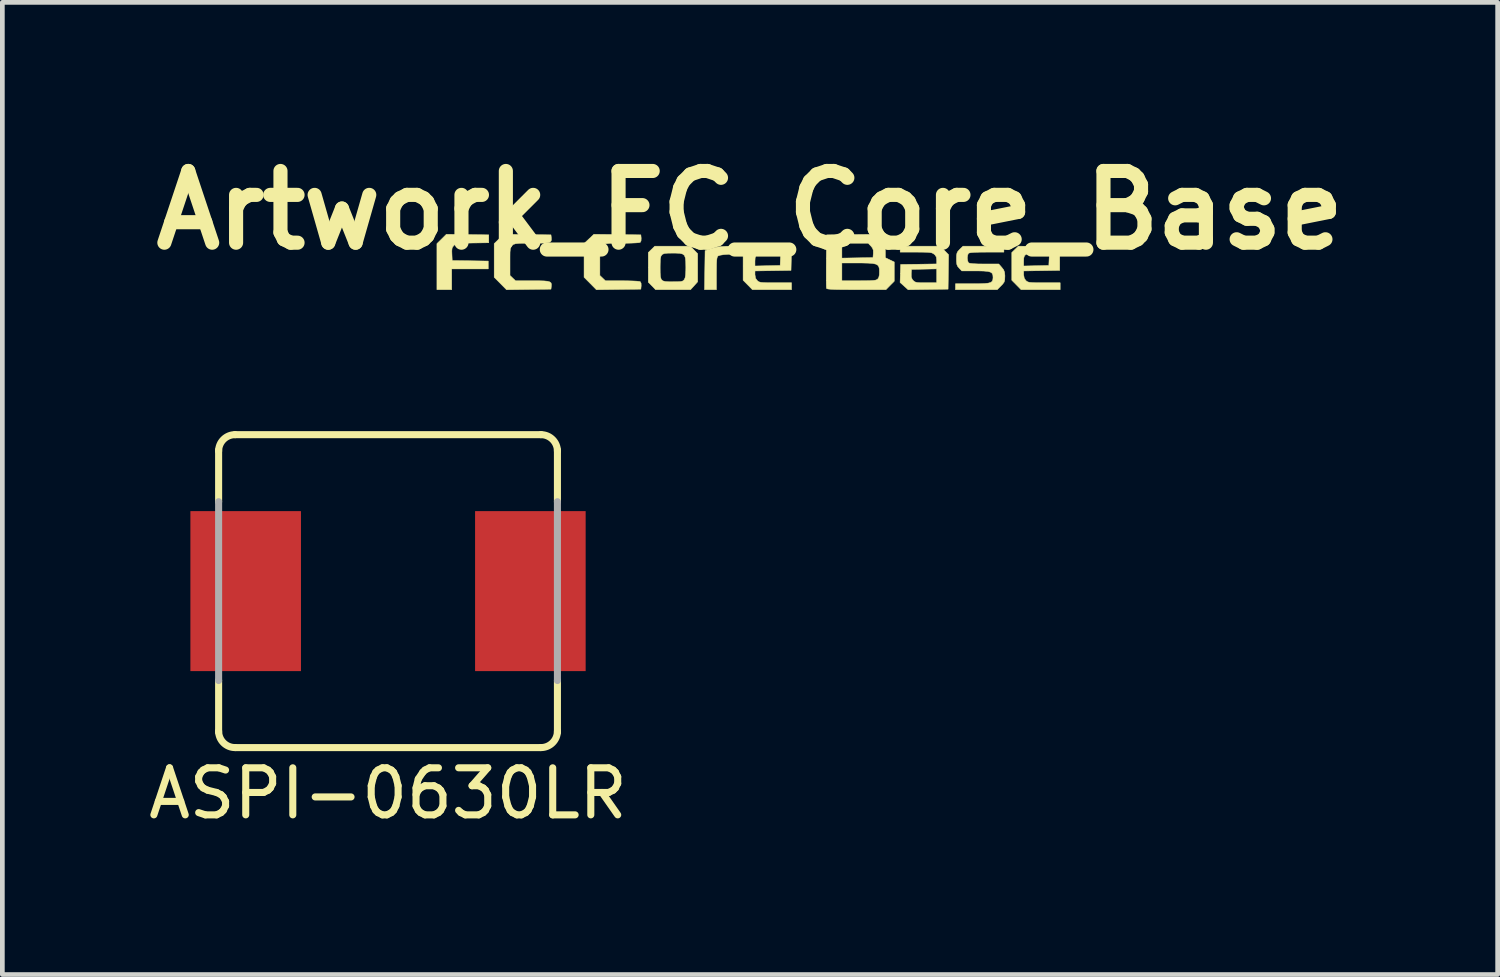
<source format=kicad_pcb>
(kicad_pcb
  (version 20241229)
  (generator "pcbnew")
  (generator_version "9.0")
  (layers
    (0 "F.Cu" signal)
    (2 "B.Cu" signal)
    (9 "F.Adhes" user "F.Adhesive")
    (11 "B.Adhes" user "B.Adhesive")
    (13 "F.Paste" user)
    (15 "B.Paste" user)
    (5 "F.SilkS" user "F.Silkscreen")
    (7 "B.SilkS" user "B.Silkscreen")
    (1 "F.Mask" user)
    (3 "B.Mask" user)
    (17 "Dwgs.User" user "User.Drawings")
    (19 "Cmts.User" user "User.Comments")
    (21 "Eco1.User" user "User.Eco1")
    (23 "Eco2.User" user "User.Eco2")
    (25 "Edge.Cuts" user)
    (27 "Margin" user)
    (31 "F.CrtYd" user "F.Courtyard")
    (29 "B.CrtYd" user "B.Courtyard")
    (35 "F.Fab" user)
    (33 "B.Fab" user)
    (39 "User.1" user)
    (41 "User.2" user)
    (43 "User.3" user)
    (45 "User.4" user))
  (footprint "Artwork_FC_Core_Base"
    (layer "F.Cu")
    (at 12.889 2.518)
    (property "Reference" "Artwork_FC_Core_Base" (at 0 -1.1 0) (layer "F.SilkS") (effects (font (size 1.524 1.524) (thickness 0.3))))
    (attr through_hole)
    (fp_poly (pts (xy -0.252 -0.173) (xy -0.449 -0.164) (xy -0.555 -0.157) (xy -0.633 -0.145) (xy -0.677 -0.13) (xy -0.68 -0.128) (xy -0.693 -0.111) (xy -0.702 -0.082) (xy -0.708 -0.035) (xy -0.712 0.038) (xy -0.713 0.142) (xy -0.714 0.244) (xy -0.714 0.588) (xy -0.967 0.588) (xy -0.955 -0.241) (xy -0.819 -0.287) (xy -0.727 -0.312) (xy -0.629 -0.327) (xy -0.509 -0.334) (xy -0.467 -0.334) (xy -0.252 -0.336) (xy -0.252 -0.173)) (stroke (width 0.01) (type solid)) (fill yes) (layer "F.SilkS"))
    (fp_poly (pts (xy -6.002 -0.583) (xy -5.552 -0.577) (xy -5.552 -0.409) (xy -5.898 -0.404) (xy -6.027 -0.401) (xy -6.121 -0.398) (xy -6.186 -0.393) (xy -6.23 -0.386) (xy -6.26 -0.376) (xy -6.282 -0.361) (xy -6.292 -0.352) (xy -6.319 -0.321) (xy -6.333 -0.286) (xy -6.337 -0.232) (xy -6.335 -0.169) (xy -6.329 -0.031) (xy -5.946 -0.026) (xy -5.563 -0.02) (xy -5.563 0.147) (xy -6.34 0.147) (xy -6.34 0.588) (xy -6.654 0.588) (xy -6.654 -0.39) (xy -6.554 -0.489) (xy -6.453 -0.589) (xy -6.002 -0.583)) (stroke (width 0.01) (type solid)) (fill yes) (layer "F.SilkS"))
    (fp_poly (pts (xy -2.819 -0.583) (xy -2.32 -0.577) (xy -2.313 -0.506) (xy -2.316 -0.448) (xy -2.334 -0.417) (xy -2.363 -0.411) (xy -2.427 -0.406) (xy -2.518 -0.402) (xy -2.629 -0.399) (xy -2.729 -0.398) (xy -2.88 -0.398) (xy -2.993 -0.396) (xy -3.075 -0.386) (xy -3.131 -0.366) (xy -3.165 -0.331) (xy -3.183 -0.277) (xy -3.19 -0.199) (xy -3.191 -0.093) (xy -3.191 -0.016) (xy -3.191 0.286) (xy -3.132 0.342) (xy -3.073 0.399) (xy -2.717 0.399) (xy -2.598 0.4) (xy -2.492 0.403) (xy -2.408 0.407) (xy -2.352 0.413) (xy -2.334 0.417) (xy -2.315 0.451) (xy -2.313 0.506) (xy -2.32 0.577) (xy -2.792 0.583) (xy -3.265 0.589) (xy -3.396 0.456) (xy -3.527 0.324) (xy -3.527 -0.393) (xy -3.318 -0.589) (xy -2.819 -0.583)) (stroke (width 0.01) (type solid)) (fill yes) (layer "F.SilkS"))
    (fp_poly (pts (xy 0.871 0.178) (xy 0.488 0.184) (xy 0.105 0.19) (xy 0.105 0.27) (xy 0.118 0.346) (xy 0.154 0.395) (xy 0.174 0.412) (xy 0.198 0.424) (xy 0.233 0.433) (xy 0.286 0.437) (xy 0.363 0.44) (xy 0.471 0.441) (xy 0.542 0.441) (xy 0.882 0.441) (xy 0.882 0.588) (xy 0.051 0.588) (xy -0.048 0.487) (xy -0.147 0.387) (xy -0.147 -0.017) (xy 0.105 -0.017) (xy 0.105 0.085) (xy 0.64 0.073) (xy 0.646 -0.058) (xy 0.653 -0.189) (xy 0.417 -0.189) (xy 0.296 -0.187) (xy 0.211 -0.179) (xy 0.156 -0.162) (xy 0.124 -0.133) (xy 0.109 -0.087) (xy 0.105 -0.022) (xy 0.105 -0.017) (xy -0.147 -0.017) (xy -0.147 -0.186) (xy -0.068 -0.261) (xy 0.01 -0.336) (xy 0.447 -0.336) (xy 0.883 -0.336) (xy 0.871 0.178)) (stroke (width 0.01) (type solid)) (fill yes) (layer "F.SilkS"))
    (fp_poly (pts (xy 6.142 -0.331) (xy 6.581 -0.325) (xy 6.581 0.178) (xy 6.198 0.184) (xy 5.815 0.19) (xy 5.815 0.27) (xy 5.828 0.346) (xy 5.863 0.395) (xy 5.884 0.412) (xy 5.908 0.424) (xy 5.943 0.433) (xy 5.995 0.437) (xy 6.072 0.44) (xy 6.181 0.441) (xy 6.252 0.441) (xy 6.591 0.441) (xy 6.591 0.588) (xy 5.761 0.588) (xy 5.662 0.487) (xy 5.563 0.387) (xy 5.563 -0.017) (xy 5.815 -0.017) (xy 5.815 0.085) (xy 6.35 0.073) (xy 6.356 -0.058) (xy 6.362 -0.189) (xy 6.127 -0.189) (xy 6.006 -0.187) (xy 5.921 -0.179) (xy 5.865 -0.162) (xy 5.833 -0.133) (xy 5.818 -0.087) (xy 5.815 -0.022) (xy 5.815 -0.017) (xy 5.563 -0.017) (xy 5.563 -0.202) (xy 5.632 -0.269) (xy 5.702 -0.337) (xy 6.142 -0.331)) (stroke (width 0.01) (type solid)) (fill yes) (layer "F.SilkS"))
    (fp_poly (pts (xy -4.23 -0.577) (xy -4.223 -0.518) (xy -4.221 -0.478) (xy -4.227 -0.448) (xy -4.248 -0.426) (xy -4.288 -0.412) (xy -4.353 -0.404) (xy -4.448 -0.4) (xy -4.578 -0.399) (xy -4.632 -0.399) (xy -4.784 -0.399) (xy -4.899 -0.397) (xy -4.982 -0.389) (xy -5.039 -0.37) (xy -5.074 -0.336) (xy -5.093 -0.284) (xy -5.1 -0.21) (xy -5.101 -0.108) (xy -5.101 -0.023) (xy -5.101 0.286) (xy -5.042 0.342) (xy -4.983 0.399) (xy -4.625 0.399) (xy -4.483 0.399) (xy -4.378 0.402) (xy -4.305 0.409) (xy -4.258 0.422) (xy -4.231 0.441) (xy -4.221 0.469) (xy -4.222 0.506) (xy -4.223 0.518) (xy -4.23 0.577) (xy -4.702 0.583) (xy -5.175 0.589) (xy -5.306 0.456) (xy -5.437 0.324) (xy -5.437 -0.39) (xy -5.336 -0.489) (xy -5.235 -0.589) (xy -4.23 -0.577)) (stroke (width 0.01) (type solid)) (fill yes) (layer "F.SilkS"))
    (fp_poly (pts (xy 4.132 -0.245) (xy 4.22 -0.155) (xy 4.215 0.211) (xy 4.209 0.577) (xy 3.36 0.589) (xy 3.275 0.512) (xy 3.189 0.435) (xy 3.195 0.249) (xy 3.426 0.249) (xy 3.427 0.319) (xy 3.447 0.368) (xy 3.466 0.391) (xy 3.49 0.413) (xy 3.517 0.427) (xy 3.556 0.436) (xy 3.618 0.44) (xy 3.709 0.441) (xy 3.74 0.441) (xy 3.967 0.441) (xy 3.967 0.146) (xy 3.432 0.157) (xy 3.426 0.249) (xy 3.195 0.249) (xy 3.195 0.244) (xy 3.201 0.052) (xy 3.584 0.047) (xy 3.967 0.041) (xy 3.967 -0.041) (xy 3.959 -0.107) (xy 3.928 -0.153) (xy 3.912 -0.166) (xy 3.888 -0.183) (xy 3.859 -0.195) (xy 3.819 -0.202) (xy 3.761 -0.207) (xy 3.676 -0.209) (xy 3.558 -0.21) (xy 3.524 -0.21) (xy 3.191 -0.21) (xy 3.191 -0.336) (xy 4.043 -0.336) (xy 4.132 -0.245)) (stroke (width 0.01) (type solid)) (fill yes) (layer "F.SilkS"))
    (fp_poly (pts (xy -1.19 -0.256) (xy -1.113 -0.177) (xy -1.113 0.42) (xy -1.188 0.504) (xy -1.264 0.588) (xy -2.007 0.588) (xy -2.084 0.508) (xy -2.162 0.429) (xy -2.162 0.11) (xy -1.91 0.11) (xy -1.909 0.23) (xy -1.903 0.314) (xy -1.887 0.369) (xy -1.854 0.4) (xy -1.8 0.415) (xy -1.718 0.42) (xy -1.644 0.42) (xy -1.546 0.419) (xy -1.481 0.416) (xy -1.441 0.408) (xy -1.416 0.395) (xy -1.398 0.374) (xy -1.397 0.373) (xy -1.38 0.336) (xy -1.37 0.277) (xy -1.365 0.188) (xy -1.364 0.115) (xy -1.366 -0.003) (xy -1.374 -0.086) (xy -1.394 -0.14) (xy -1.433 -0.17) (xy -1.495 -0.185) (xy -1.587 -0.189) (xy -1.641 -0.189) (xy -1.746 -0.188) (xy -1.819 -0.181) (xy -1.866 -0.161) (xy -1.893 -0.123) (xy -1.906 -0.059) (xy -1.909 0.037) (xy -1.91 0.11) (xy -2.162 0.11) (xy -2.162 -0.202) (xy -2.093 -0.269) (xy -2.024 -0.336) (xy -1.268 -0.336) (xy -1.19 -0.256)) (stroke (width 0.01) (type solid)) (fill yes) (layer "F.SilkS"))
    (fp_poly (pts (xy 5.395 -0.21) (xy 5.032 -0.21) (xy 4.881 -0.209) (xy 4.769 -0.205) (xy 4.693 -0.199) (xy 4.652 -0.19) (xy 4.643 -0.185) (xy 4.626 -0.148) (xy 4.618 -0.091) (xy 4.618 -0.084) (xy 4.625 -0.026) (xy 4.641 0.014) (xy 4.643 0.017) (xy 4.674 0.028) (xy 4.74 0.036) (xy 4.845 0.041) (xy 4.977 0.042) (xy 5.286 0.042) (xy 5.351 0.116) (xy 5.39 0.167) (xy 5.409 0.217) (xy 5.416 0.283) (xy 5.416 0.308) (xy 5.413 0.379) (xy 5.4 0.427) (xy 5.368 0.471) (xy 5.334 0.506) (xy 5.253 0.588) (xy 4.366 0.588) (xy 4.366 0.462) (xy 4.73 0.462) (xy 4.876 0.461) (xy 4.985 0.457) (xy 5.062 0.449) (xy 5.114 0.435) (xy 5.144 0.413) (xy 5.159 0.381) (xy 5.164 0.338) (xy 5.164 0.322) (xy 5.16 0.274) (xy 5.144 0.239) (xy 5.11 0.215) (xy 5.054 0.2) (xy 4.969 0.192) (xy 4.85 0.189) (xy 4.794 0.189) (xy 4.5 0.189) (xy 4.444 0.13) (xy 4.412 0.092) (xy 4.395 0.051) (xy 4.388 -0.007) (xy 4.387 -0.065) (xy 4.389 -0.142) (xy 4.398 -0.191) (xy 4.418 -0.228) (xy 4.456 -0.268) (xy 4.456 -0.269) (xy 4.526 -0.336) (xy 5.395 -0.336) (xy 5.395 -0.21)) (stroke (width 0.01) (type solid)) (fill yes) (layer "F.SilkS"))
    (fp_poly (pts (xy 2.757 -0.464) (xy 2.815 -0.401) (xy 2.851 -0.356) (xy 2.869 -0.317) (xy 2.875 -0.27) (xy 2.876 -0.216) (xy 2.876 -0.092) (xy 2.97 -0.046) (xy 3.065 -0.001) (xy 3.065 0.408) (xy 2.976 0.498) (xy 2.888 0.588) (xy 2.262 0.588) (xy 2.074 0.587) (xy 1.925 0.586) (xy 1.81 0.584) (xy 1.727 0.58) (xy 1.671 0.575) (xy 1.638 0.569) (xy 1.626 0.561) (xy 1.626 0.561) (xy 1.623 0.534) (xy 1.621 0.47) (xy 1.62 0.376) (xy 1.62 0.258) (xy 1.62 0.121) (xy 1.621 0.021) (xy 1.952 0.021) (xy 1.952 0.399) (xy 2.313 0.399) (xy 2.448 0.398) (xy 2.547 0.396) (xy 2.617 0.392) (xy 2.664 0.386) (xy 2.693 0.376) (xy 2.712 0.364) (xy 2.736 0.329) (xy 2.748 0.272) (xy 2.75 0.207) (xy 2.748 0.146) (xy 2.737 0.1) (xy 2.714 0.067) (xy 2.673 0.045) (xy 2.608 0.031) (xy 2.514 0.024) (xy 2.387 0.021) (xy 2.289 0.021) (xy 1.952 0.021) (xy 1.621 0.021) (xy 1.621 -0.021) (xy 1.625 -0.399) (xy 1.952 -0.399) (xy 1.952 -0.083) (xy 2.613 -0.094) (xy 2.62 -0.186) (xy 2.619 -0.253) (xy 2.6 -0.301) (xy 2.569 -0.339) (xy 2.511 -0.399) (xy 1.952 -0.399) (xy 1.625 -0.399) (xy 1.627 -0.577) (xy 2.132 -0.583) (xy 2.638 -0.588) (xy 2.757 -0.464)) (stroke (width 0.01) (type solid)) (fill yes) (layer "F.SilkS")))
  (footprint "ASPI-0630LR"
    (layer "F.Cu")
    (at 5.196 9.512)
    (property "Reference" "ASPI-0630LR" (at 0 4.3 0) (layer "F.SilkS") (effects (font (size 1 1) (thickness 0.15))))
    (attr through_hole)
    (fp_line (start -3.6 -3) (end -3.6 -1.9) (stroke (width 0.15) (type solid)) (layer "F.SilkS"))
    (fp_line (start -3.6 3) (end -3.6 1.9) (stroke (width 0.15) (type solid)) (layer "F.SilkS"))
    (fp_line (start -3.25 -3.325) (end 3.25 -3.325) (stroke (width 0.15) (type solid)) (layer "F.SilkS"))
    (fp_line (start 3.25 3.325) (end -3.25 3.325) (stroke (width 0.15) (type solid)) (layer "F.SilkS"))
    (fp_line (start 3.6 -1.9) (end 3.6 -3) (stroke (width 0.15) (type solid)) (layer "F.SilkS"))
    (fp_line (start 3.6 1.9) (end 3.6 3) (stroke (width 0.15) (type solid)) (layer "F.SilkS"))
    (fp_arc (start -3.6 -2.975) (mid -3.497487 -3.222487) (end -3.25 -3.325) (stroke (width 0.15) (type solid)) (layer "F.SilkS"))
    (fp_arc (start -3.25 3.325) (mid -3.497487 3.222487) (end -3.6 2.975) (stroke (width 0.15) (type solid)) (layer "F.SilkS"))
    (fp_arc (start 3.25 -3.325) (mid 3.497487 -3.222487) (end 3.6 -2.975) (stroke (width 0.15) (type solid)) (layer "F.SilkS"))
    (fp_arc (start 3.6 2.975) (mid 3.497487 3.222487) (end 3.25 3.325) (stroke (width 0.15) (type solid)) (layer "F.SilkS"))
    (fp_line (start -3.6 1.9) (end -3.6 -1.9) (stroke (width 0.15) (type solid)) (layer "F.Fab"))
    (fp_line (start 3.6 -1.9) (end 3.6 1.9) (stroke (width 0.15) (type solid)) (layer "F.Fab"))
    (pad "1" smd rect (at -3.025 0) (size 2.35 3.4) (layers "F.Cu" "F.Mask" "F.Paste"))
    (pad "2" smd rect (at 3.025 0) (size 2.35 3.4) (layers "F.Cu" "F.Mask" "F.Paste")))
  (gr_rect
    (start -3 -3)
    (end 28.777 17.66)
    (stroke (width 0.1) (type default))
    (fill no)
    (layer "Edge.Cuts")))
</source>
